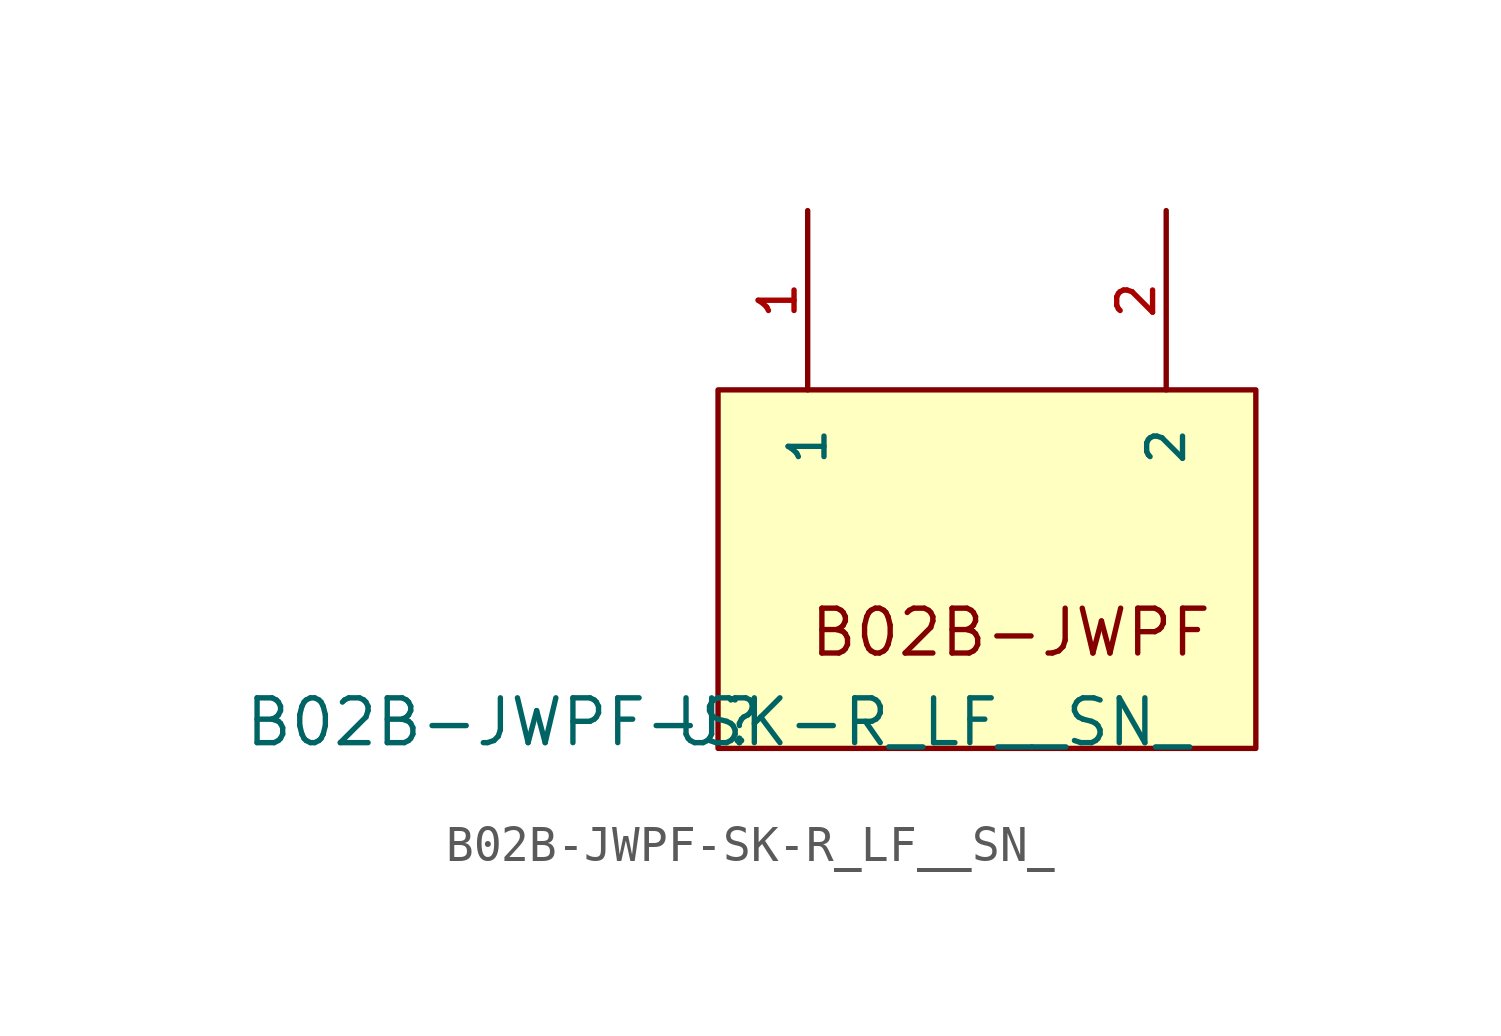
<source format=kicad_sym>
(kicad_symbol_lib
  (version 20211014)
  (generator kicad_symbol_editor)
  (symbol "B02B-JWPF-SK-R_LF__SN_"
    (pin_names
      (offset 1.016))
    (property "Reference" "U"
      (at 0 0 0)
      (effects (font (size 1.27 1.27)) (justify bottom)))
    (property "Value" "B02B-JWPF-SK-R_LF__SN_"
      (at 0 0.0 0)
      (effects (font (size 1.27 1.27)) (justify bottom)))
    (symbol "B02B-JWPF-SK-R_LF__SN__0_0"
      (text "B02B-JWPF" (at 2.54 2.54 0) (effects (font (size 1.27 1.27)) (justify bottom left)))
      (rectangle (start -8.881784197e-16 0.0) (end 15.24 10.16) (stroke (width 0.152)) (fill (type background)))
      (pin bidirectional line (at 2.54 15.24 270.0) (length 5.08) (name "1" (effects (font (size 1.016 1.016)))) (number "1" (effects (font (size 1.016 1.016)))))
      (pin bidirectional line (at 12.7 15.24 270.0) (length 5.08) (name "2" (effects (font (size 1.016 1.016)))) (number "2" (effects (font (size 1.016 1.016))))))))
</source>
